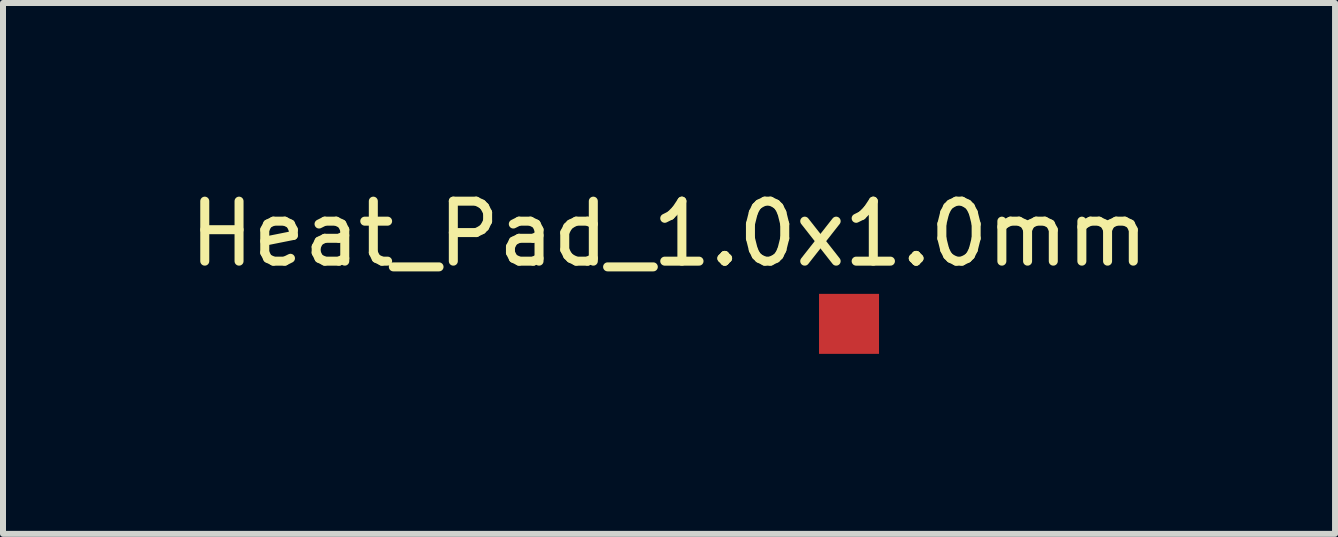
<source format=kicad_pcb>
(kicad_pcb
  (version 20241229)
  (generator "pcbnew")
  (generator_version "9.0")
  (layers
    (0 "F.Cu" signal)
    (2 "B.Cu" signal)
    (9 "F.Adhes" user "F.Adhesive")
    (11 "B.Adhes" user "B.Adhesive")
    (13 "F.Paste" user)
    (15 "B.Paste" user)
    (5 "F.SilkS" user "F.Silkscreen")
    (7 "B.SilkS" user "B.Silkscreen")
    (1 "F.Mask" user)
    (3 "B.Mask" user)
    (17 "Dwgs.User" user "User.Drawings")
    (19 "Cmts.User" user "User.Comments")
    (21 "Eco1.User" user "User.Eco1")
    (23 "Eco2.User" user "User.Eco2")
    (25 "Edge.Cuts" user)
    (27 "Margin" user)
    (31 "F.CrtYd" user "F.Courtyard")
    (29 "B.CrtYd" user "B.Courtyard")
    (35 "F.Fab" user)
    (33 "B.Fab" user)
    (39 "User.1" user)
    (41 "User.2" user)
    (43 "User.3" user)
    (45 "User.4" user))
  (footprint "Heat_Pad_1.0x1.0mm"
    (layer "F.Cu")
    (at 11.101 2.348)
    (property "Reference" "Heat_Pad_1.0x1.0mm" (at -3 -1.5 0) (layer "F.SilkS") (effects (font (size 1 1) (thickness 0.15))))
    (attr exclude_from_pos_files exclude_from_bom)
    (pad "1" smd rect (at 0 0) (size 1 1) (layers "F.Cu" "F.Mask")))
  (gr_rect
    (start -3 -3)
    (end 19.202 5.848)
    (stroke (width 0.1) (type default))
    (fill no)
    (layer "Edge.Cuts")))
</source>
